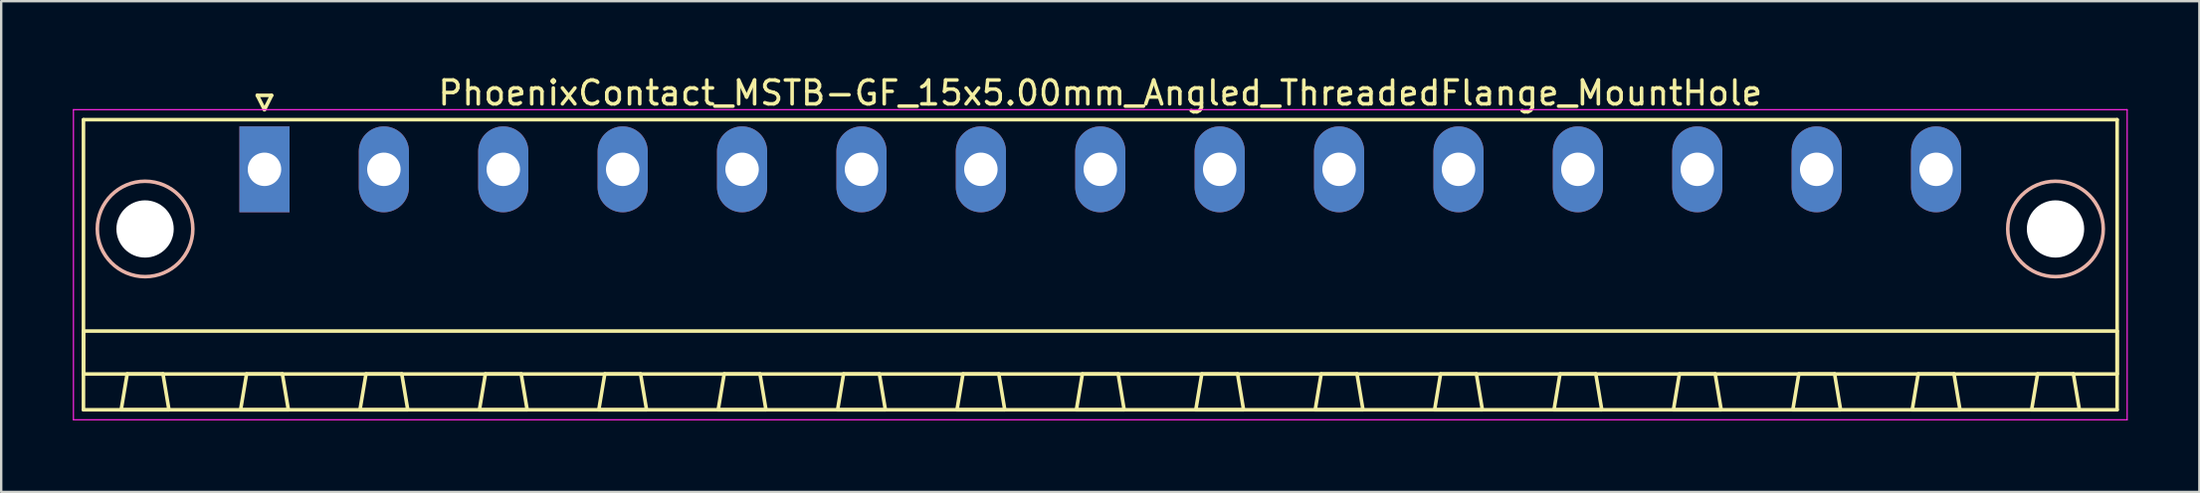
<source format=kicad_pcb>
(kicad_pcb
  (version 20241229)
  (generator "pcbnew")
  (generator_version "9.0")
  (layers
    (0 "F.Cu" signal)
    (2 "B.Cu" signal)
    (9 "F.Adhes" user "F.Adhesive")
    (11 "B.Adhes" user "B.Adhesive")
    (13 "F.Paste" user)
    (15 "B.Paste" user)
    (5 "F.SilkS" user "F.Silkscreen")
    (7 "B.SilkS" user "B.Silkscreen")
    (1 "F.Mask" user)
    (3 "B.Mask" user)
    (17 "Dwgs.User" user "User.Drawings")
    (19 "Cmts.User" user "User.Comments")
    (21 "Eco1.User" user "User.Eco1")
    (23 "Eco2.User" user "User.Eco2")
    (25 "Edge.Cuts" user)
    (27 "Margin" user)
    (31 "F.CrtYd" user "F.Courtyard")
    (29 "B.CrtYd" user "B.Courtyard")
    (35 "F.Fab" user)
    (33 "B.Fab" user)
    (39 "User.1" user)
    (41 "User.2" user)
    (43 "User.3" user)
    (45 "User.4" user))
  (footprint "PhoenixContact_MSTB-GF_15x5.00mm_Angled_ThreadedFlange_MountHole"
    (layer "F.Cu")
    (at 8.025 4.048)
    (property "Reference" "PhoenixContact_MSTB-GF_15x5.00mm_Angled_ThreadedFlange_MountHole" (at 35 -3.2 0) (layer "F.SilkS") (effects (font (size 1 1) (thickness 0.15))))
    (attr through_hole)
    (fp_line (start -7.58 -2.08) (end -7.58 10.08) (stroke (width 0.15) (type solid)) (layer "F.SilkS"))
    (fp_line (start -7.58 6.78) (end 77.58 6.78) (stroke (width 0.15) (type solid)) (layer "F.SilkS"))
    (fp_line (start -7.58 8.58) (end -7.58 6.78) (stroke (width 0.15) (type solid)) (layer "F.SilkS"))
    (fp_line (start -7.58 10.08) (end 77.58 10.08) (stroke (width 0.15) (type solid)) (layer "F.SilkS"))
    (fp_line (start -6 10.08) (end -4 10.08) (stroke (width 0.15) (type solid)) (layer "F.SilkS"))
    (fp_line (start -5.75 8.58) (end -6 10.08) (stroke (width 0.15) (type solid)) (layer "F.SilkS"))
    (fp_line (start -4.25 8.58) (end -5.75 8.58) (stroke (width 0.15) (type solid)) (layer "F.SilkS"))
    (fp_line (start -4 10.08) (end -4.25 8.58) (stroke (width 0.15) (type solid)) (layer "F.SilkS"))
    (fp_line (start -1 10.08) (end 1 10.08) (stroke (width 0.15) (type solid)) (layer "F.SilkS"))
    (fp_line (start -0.75 8.58) (end -1 10.08) (stroke (width 0.15) (type solid)) (layer "F.SilkS"))
    (fp_line (start -0.3 -3.1) (end 0 -2.5) (stroke (width 0.15) (type solid)) (layer "F.SilkS"))
    (fp_line (start 0 -2.5) (end 0.3 -3.1) (stroke (width 0.15) (type solid)) (layer "F.SilkS"))
    (fp_line (start 0.3 -3.1) (end -0.3 -3.1) (stroke (width 0.15) (type solid)) (layer "F.SilkS"))
    (fp_line (start 0.75 8.58) (end -0.75 8.58) (stroke (width 0.15) (type solid)) (layer "F.SilkS"))
    (fp_line (start 1 10.08) (end 0.75 8.58) (stroke (width 0.15) (type solid)) (layer "F.SilkS"))
    (fp_line (start 4 10.08) (end 6 10.08) (stroke (width 0.15) (type solid)) (layer "F.SilkS"))
    (fp_line (start 4.25 8.58) (end 4 10.08) (stroke (width 0.15) (type solid)) (layer "F.SilkS"))
    (fp_line (start 5.75 8.58) (end 4.25 8.58) (stroke (width 0.15) (type solid)) (layer "F.SilkS"))
    (fp_line (start 6 10.08) (end 5.75 8.58) (stroke (width 0.15) (type solid)) (layer "F.SilkS"))
    (fp_line (start 9 10.08) (end 11 10.08) (stroke (width 0.15) (type solid)) (layer "F.SilkS"))
    (fp_line (start 9.25 8.58) (end 9 10.08) (stroke (width 0.15) (type solid)) (layer "F.SilkS"))
    (fp_line (start 10.75 8.58) (end 9.25 8.58) (stroke (width 0.15) (type solid)) (layer "F.SilkS"))
    (fp_line (start 11 10.08) (end 10.75 8.58) (stroke (width 0.15) (type solid)) (layer "F.SilkS"))
    (fp_line (start 14 10.08) (end 16 10.08) (stroke (width 0.15) (type solid)) (layer "F.SilkS"))
    (fp_line (start 14.25 8.58) (end 14 10.08) (stroke (width 0.15) (type solid)) (layer "F.SilkS"))
    (fp_line (start 15.75 8.58) (end 14.25 8.58) (stroke (width 0.15) (type solid)) (layer "F.SilkS"))
    (fp_line (start 16 10.08) (end 15.75 8.58) (stroke (width 0.15) (type solid)) (layer "F.SilkS"))
    (fp_line (start 19 10.08) (end 21 10.08) (stroke (width 0.15) (type solid)) (layer "F.SilkS"))
    (fp_line (start 19.25 8.58) (end 19 10.08) (stroke (width 0.15) (type solid)) (layer "F.SilkS"))
    (fp_line (start 20.75 8.58) (end 19.25 8.58) (stroke (width 0.15) (type solid)) (layer "F.SilkS"))
    (fp_line (start 21 10.08) (end 20.75 8.58) (stroke (width 0.15) (type solid)) (layer "F.SilkS"))
    (fp_line (start 24 10.08) (end 26 10.08) (stroke (width 0.15) (type solid)) (layer "F.SilkS"))
    (fp_line (start 24.25 8.58) (end 24 10.08) (stroke (width 0.15) (type solid)) (layer "F.SilkS"))
    (fp_line (start 25.75 8.58) (end 24.25 8.58) (stroke (width 0.15) (type solid)) (layer "F.SilkS"))
    (fp_line (start 26 10.08) (end 25.75 8.58) (stroke (width 0.15) (type solid)) (layer "F.SilkS"))
    (fp_line (start 29 10.08) (end 31 10.08) (stroke (width 0.15) (type solid)) (layer "F.SilkS"))
    (fp_line (start 29.25 8.58) (end 29 10.08) (stroke (width 0.15) (type solid)) (layer "F.SilkS"))
    (fp_line (start 30.75 8.58) (end 29.25 8.58) (stroke (width 0.15) (type solid)) (layer "F.SilkS"))
    (fp_line (start 31 10.08) (end 30.75 8.58) (stroke (width 0.15) (type solid)) (layer "F.SilkS"))
    (fp_line (start 34 10.08) (end 36 10.08) (stroke (width 0.15) (type solid)) (layer "F.SilkS"))
    (fp_line (start 34.25 8.58) (end 34 10.08) (stroke (width 0.15) (type solid)) (layer "F.SilkS"))
    (fp_line (start 35.75 8.58) (end 34.25 8.58) (stroke (width 0.15) (type solid)) (layer "F.SilkS"))
    (fp_line (start 36 10.08) (end 35.75 8.58) (stroke (width 0.15) (type solid)) (layer "F.SilkS"))
    (fp_line (start 39 10.08) (end 41 10.08) (stroke (width 0.15) (type solid)) (layer "F.SilkS"))
    (fp_line (start 39.25 8.58) (end 39 10.08) (stroke (width 0.15) (type solid)) (layer "F.SilkS"))
    (fp_line (start 40.75 8.58) (end 39.25 8.58) (stroke (width 0.15) (type solid)) (layer "F.SilkS"))
    (fp_line (start 41 10.08) (end 40.75 8.58) (stroke (width 0.15) (type solid)) (layer "F.SilkS"))
    (fp_line (start 44 10.08) (end 46 10.08) (stroke (width 0.15) (type solid)) (layer "F.SilkS"))
    (fp_line (start 44.25 8.58) (end 44 10.08) (stroke (width 0.15) (type solid)) (layer "F.SilkS"))
    (fp_line (start 45.75 8.58) (end 44.25 8.58) (stroke (width 0.15) (type solid)) (layer "F.SilkS"))
    (fp_line (start 46 10.08) (end 45.75 8.58) (stroke (width 0.15) (type solid)) (layer "F.SilkS"))
    (fp_line (start 49 10.08) (end 51 10.08) (stroke (width 0.15) (type solid)) (layer "F.SilkS"))
    (fp_line (start 49.25 8.58) (end 49 10.08) (stroke (width 0.15) (type solid)) (layer "F.SilkS"))
    (fp_line (start 50.75 8.58) (end 49.25 8.58) (stroke (width 0.15) (type solid)) (layer "F.SilkS"))
    (fp_line (start 51 10.08) (end 50.75 8.58) (stroke (width 0.15) (type solid)) (layer "F.SilkS"))
    (fp_line (start 54 10.08) (end 56 10.08) (stroke (width 0.15) (type solid)) (layer "F.SilkS"))
    (fp_line (start 54.25 8.58) (end 54 10.08) (stroke (width 0.15) (type solid)) (layer "F.SilkS"))
    (fp_line (start 55.75 8.58) (end 54.25 8.58) (stroke (width 0.15) (type solid)) (layer "F.SilkS"))
    (fp_line (start 56 10.08) (end 55.75 8.58) (stroke (width 0.15) (type solid)) (layer "F.SilkS"))
    (fp_line (start 59 10.08) (end 61 10.08) (stroke (width 0.15) (type solid)) (layer "F.SilkS"))
    (fp_line (start 59.25 8.58) (end 59 10.08) (stroke (width 0.15) (type solid)) (layer "F.SilkS"))
    (fp_line (start 60.75 8.58) (end 59.25 8.58) (stroke (width 0.15) (type solid)) (layer "F.SilkS"))
    (fp_line (start 61 10.08) (end 60.75 8.58) (stroke (width 0.15) (type solid)) (layer "F.SilkS"))
    (fp_line (start 64 10.08) (end 66 10.08) (stroke (width 0.15) (type solid)) (layer "F.SilkS"))
    (fp_line (start 64.25 8.58) (end 64 10.08) (stroke (width 0.15) (type solid)) (layer "F.SilkS"))
    (fp_line (start 65.75 8.58) (end 64.25 8.58) (stroke (width 0.15) (type solid)) (layer "F.SilkS"))
    (fp_line (start 66 10.08) (end 65.75 8.58) (stroke (width 0.15) (type solid)) (layer "F.SilkS"))
    (fp_line (start 69 10.08) (end 71 10.08) (stroke (width 0.15) (type solid)) (layer "F.SilkS"))
    (fp_line (start 69.25 8.58) (end 69 10.08) (stroke (width 0.15) (type solid)) (layer "F.SilkS"))
    (fp_line (start 70.75 8.58) (end 69.25 8.58) (stroke (width 0.15) (type solid)) (layer "F.SilkS"))
    (fp_line (start 71 10.08) (end 70.75 8.58) (stroke (width 0.15) (type solid)) (layer "F.SilkS"))
    (fp_line (start 74 10.08) (end 76 10.08) (stroke (width 0.15) (type solid)) (layer "F.SilkS"))
    (fp_line (start 74.25 8.58) (end 74 10.08) (stroke (width 0.15) (type solid)) (layer "F.SilkS"))
    (fp_line (start 75.75 8.58) (end 74.25 8.58) (stroke (width 0.15) (type solid)) (layer "F.SilkS"))
    (fp_line (start 76 10.08) (end 75.75 8.58) (stroke (width 0.15) (type solid)) (layer "F.SilkS"))
    (fp_line (start 77.58 -2.08) (end -7.58 -2.08) (stroke (width 0.15) (type solid)) (layer "F.SilkS"))
    (fp_line (start 77.58 6.78) (end 77.58 8.58) (stroke (width 0.15) (type solid)) (layer "F.SilkS"))
    (fp_line (start 77.58 8.58) (end -7.58 8.58) (stroke (width 0.15) (type solid)) (layer "F.SilkS"))
    (fp_line (start 77.58 10.08) (end 77.58 -2.08) (stroke (width 0.15) (type solid)) (layer "F.SilkS"))
    (fp_circle (center -5 2.5) (end -3 2.5) (stroke (width 0.15) (type solid)) (fill no) (layer "B.SilkS"))
    (fp_circle (center 75 2.5) (end 77 2.5) (stroke (width 0.15) (type solid)) (fill no) (layer "B.SilkS"))
    (fp_line (start -8 -2.5) (end -8 10.5) (stroke (width 0.05) (type solid)) (layer "F.CrtYd"))
    (fp_line (start -8 10.5) (end 78 10.5) (stroke (width 0.05) (type solid)) (layer "F.CrtYd"))
    (fp_line (start 78 -2.5) (end -8 -2.5) (stroke (width 0.05) (type solid)) (layer "F.CrtYd"))
    (fp_line (start 78 10.5) (end 78 -2.5) (stroke (width 0.05) (type solid)) (layer "F.CrtYd"))
    (pad "" np_thru_hole circle (at -5 2.5) (size 2.4 2.4) (drill 2.4) (layers "*.Cu" "*.Mask"))
    (pad "" np_thru_hole circle (at 75 2.5) (size 2.4 2.4) (drill 2.4) (layers "*.Cu" "*.Mask"))
    (pad "1" thru_hole rect (at 0 0) (size 2.1 3.6) (drill 1.4) (layers "*.Cu" "*.Mask"))
    (pad "2" thru_hole oval (at 5 0) (size 2.1 3.6) (drill 1.4) (layers "*.Cu" "*.Mask"))
    (pad "3" thru_hole oval (at 10 0) (size 2.1 3.6) (drill 1.4) (layers "*.Cu" "*.Mask"))
    (pad "4" thru_hole oval (at 15 0) (size 2.1 3.6) (drill 1.4) (layers "*.Cu" "*.Mask"))
    (pad "5" thru_hole oval (at 20 0) (size 2.1 3.6) (drill 1.4) (layers "*.Cu" "*.Mask"))
    (pad "6" thru_hole oval (at 25 0) (size 2.1 3.6) (drill 1.4) (layers "*.Cu" "*.Mask"))
    (pad "7" thru_hole oval (at 30 0) (size 2.1 3.6) (drill 1.4) (layers "*.Cu" "*.Mask"))
    (pad "8" thru_hole oval (at 35 0) (size 2.1 3.6) (drill 1.4) (layers "*.Cu" "*.Mask"))
    (pad "9" thru_hole oval (at 40 0) (size 2.1 3.6) (drill 1.4) (layers "*.Cu" "*.Mask"))
    (pad "10" thru_hole oval (at 45 0) (size 2.1 3.6) (drill 1.4) (layers "*.Cu" "*.Mask"))
    (pad "11" thru_hole oval (at 50 0) (size 2.1 3.6) (drill 1.4) (layers "*.Cu" "*.Mask"))
    (pad "12" thru_hole oval (at 55 0) (size 2.1 3.6) (drill 1.4) (layers "*.Cu" "*.Mask"))
    (pad "13" thru_hole oval (at 60 0) (size 2.1 3.6) (drill 1.4) (layers "*.Cu" "*.Mask"))
    (pad "14" thru_hole oval (at 65 0) (size 2.1 3.6) (drill 1.4) (layers "*.Cu" "*.Mask"))
    (pad "15" thru_hole oval (at 70 0) (size 2.1 3.6) (drill 1.4) (layers "*.Cu" "*.Mask")))
  (gr_rect
    (start -3 -3)
    (end 89.05 17.573)
    (stroke (width 0.1) (type default))
    (fill no)
    (layer "Edge.Cuts")))
</source>
